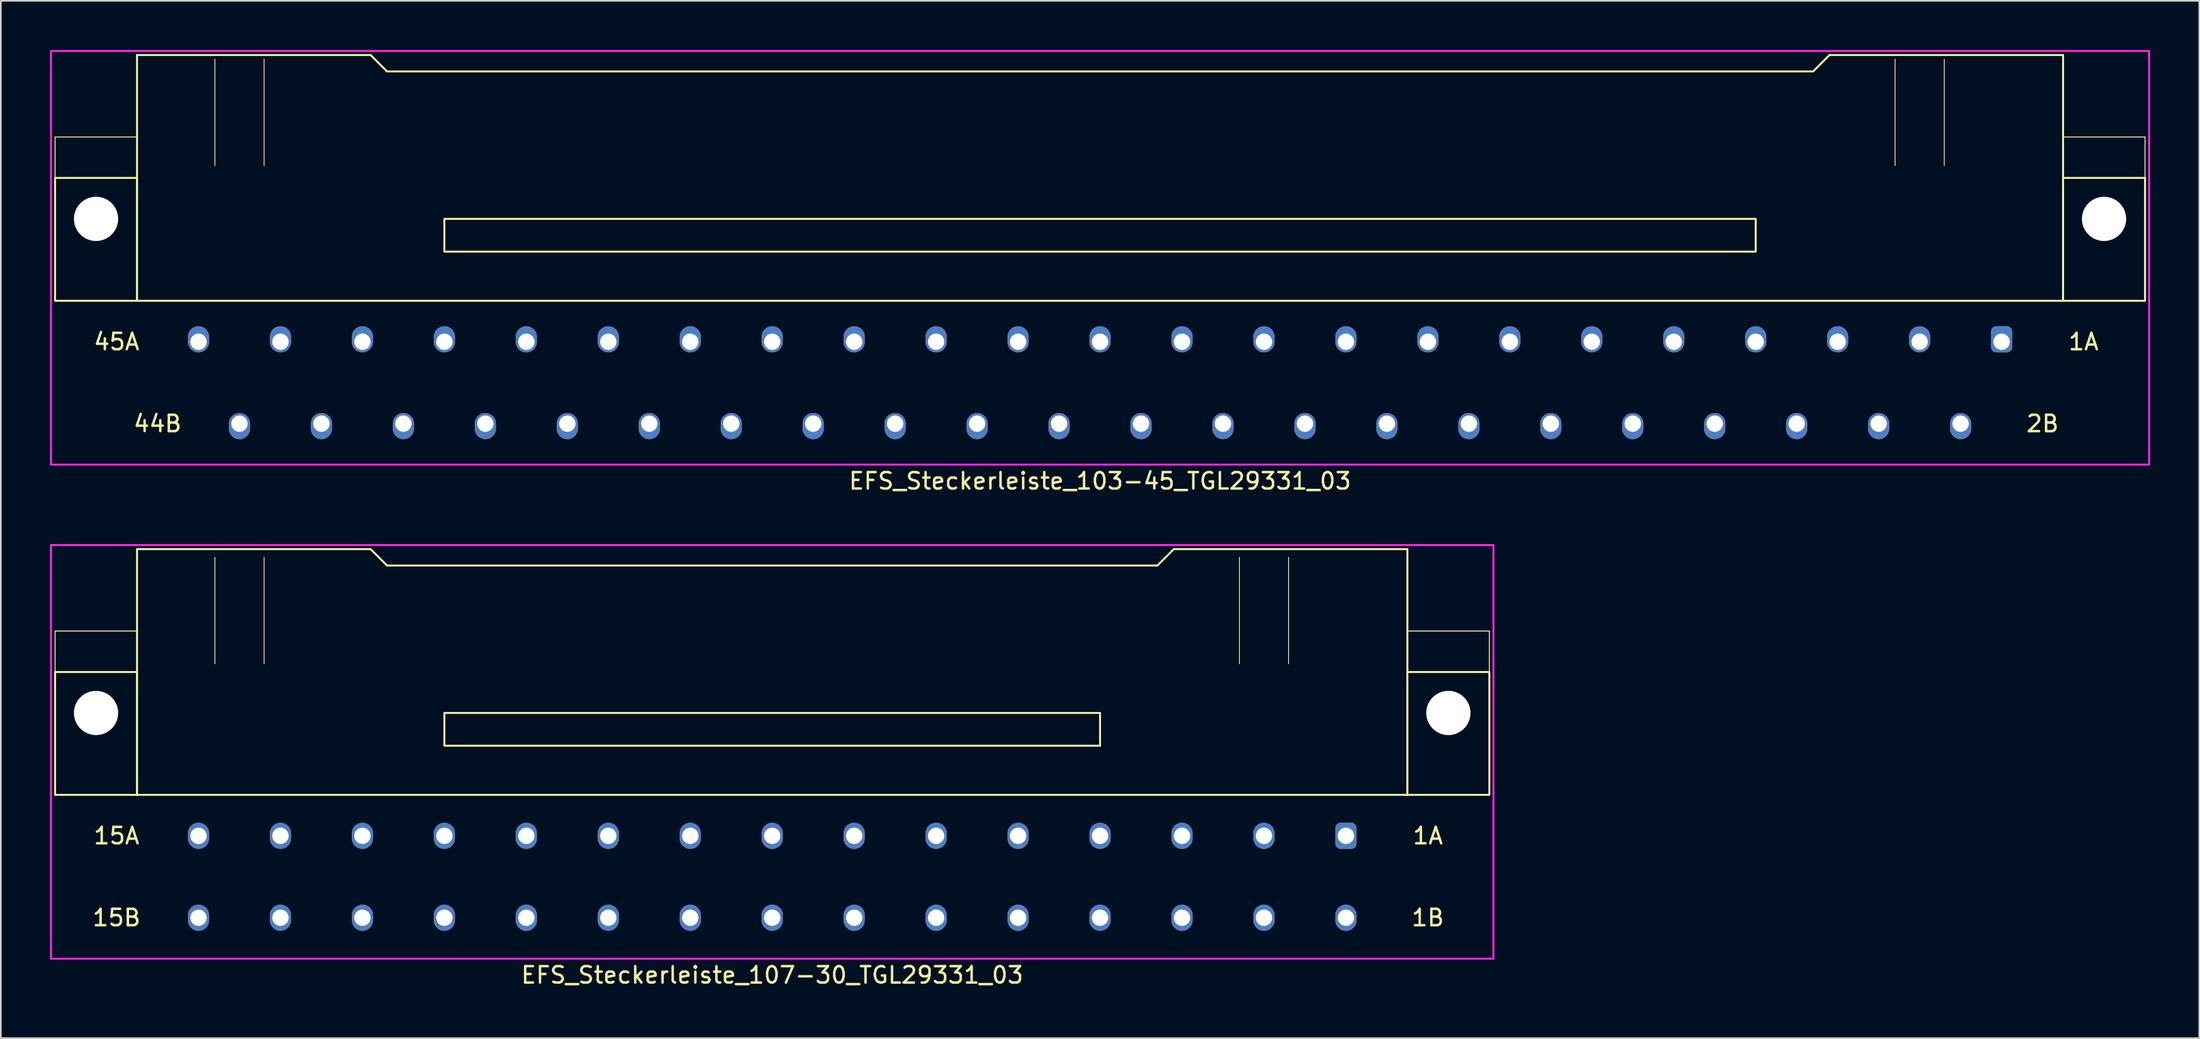
<source format=kicad_pcb>
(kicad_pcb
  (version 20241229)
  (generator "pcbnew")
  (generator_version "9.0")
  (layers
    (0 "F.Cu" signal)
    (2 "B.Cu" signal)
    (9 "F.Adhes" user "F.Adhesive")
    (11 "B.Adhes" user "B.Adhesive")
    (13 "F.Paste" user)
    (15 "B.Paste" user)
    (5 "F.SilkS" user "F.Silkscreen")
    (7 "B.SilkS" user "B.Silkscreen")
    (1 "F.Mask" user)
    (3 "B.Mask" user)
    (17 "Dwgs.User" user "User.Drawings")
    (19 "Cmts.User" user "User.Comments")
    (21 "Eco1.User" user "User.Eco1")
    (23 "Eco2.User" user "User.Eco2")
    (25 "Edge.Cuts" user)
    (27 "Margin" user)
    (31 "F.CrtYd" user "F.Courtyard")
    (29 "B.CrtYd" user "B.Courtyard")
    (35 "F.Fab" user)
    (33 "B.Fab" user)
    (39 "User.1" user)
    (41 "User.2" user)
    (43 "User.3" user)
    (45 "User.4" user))
  (footprint "EFS_Steckerleiste_103-45_TGL29331_03"
    (layer "F.Cu")
    (at 64.06 5.31)
    (property "Reference" "EFS_Steckerleiste_103-45_TGL29331_03" (at 0 21 180) (layer "F.SilkS") (effects (font (size 1 1) (thickness 0.15))))
    (attr through_hole)
    (fp_line (start -63.75 0) (end -63.75 2.5) (stroke (width 0.06) (type solid)) (layer "F.SilkS"))
    (fp_line (start -58.75 -5) (end -58.75 10) (stroke (width 0.12) (type solid)) (layer "F.SilkS"))
    (fp_line (start -58.75 -5) (end -44.5 -5) (stroke (width 0.12) (type solid)) (layer "F.SilkS"))
    (fp_line (start -58.75 0) (end -63.75 0) (stroke (width 0.06) (type solid)) (layer "F.SilkS"))
    (fp_line (start -58.75 10) (end 58.75 10) (stroke (width 0.12) (type solid)) (layer "F.SilkS"))
    (fp_line (start -54 -4.75) (end -54 1.75) (stroke (width 0.05) (type solid)) (layer "F.SilkS"))
    (fp_line (start -51 -4.75) (end -51 1.75) (stroke (width 0.05) (type solid)) (layer "F.SilkS"))
    (fp_line (start -44.5 -5) (end -43.5 -4) (stroke (width 0.12) (type solid)) (layer "F.SilkS"))
    (fp_line (start -43.5 -4) (end 43.5 -4) (stroke (width 0.12) (type solid)) (layer "F.SilkS"))
    (fp_line (start 44.5 -5) (end 43.5 -4) (stroke (width 0.12) (type solid)) (layer "F.SilkS"))
    (fp_line (start 48.5 -4.75) (end 48.5 1.75) (stroke (width 0.05) (type solid)) (layer "F.SilkS"))
    (fp_line (start 51.5 -4.75) (end 51.5 1.75) (stroke (width 0.05) (type solid)) (layer "F.SilkS"))
    (fp_line (start 58.75 -5) (end 44.5 -5) (stroke (width 0.12) (type solid)) (layer "F.SilkS"))
    (fp_line (start 58.75 10) (end 58.75 -5) (stroke (width 0.12) (type solid)) (layer "F.SilkS"))
    (fp_line (start 63.75 0) (end 58.75 0) (stroke (width 0.06) (type solid)) (layer "F.SilkS"))
    (fp_line (start 63.75 0) (end 63.75 2.5) (stroke (width 0.06) (type solid)) (layer "F.SilkS"))
    (fp_rect (start -58.75 10) (end -63.75 2.5) (stroke (width 0.12) (type solid)) (fill no) (layer "F.SilkS"))
    (fp_rect (start -40 7) (end 40 5) (stroke (width 0.12) (type solid)) (fill no) (layer "F.SilkS"))
    (fp_rect (start 63.75 10) (end 58.75 2.5) (stroke (width 0.12) (type solid)) (fill no) (layer "F.SilkS"))
    (fp_rect (start -64 -5.25) (end 64 20) (stroke (width 0.12) (type solid)) (fill no) (layer "F.CrtYd"))
    (fp_text user "1A" (at 60 12.5 0) (layer "F.SilkS") (effects (font (size 1 1) (thickness 0.15))))
    (fp_text user "44B" (at -57.5 17.5 0) (layer "F.SilkS") (effects (font (size 1 1) (thickness 0.15))))
    (fp_text user "2B" (at 57.5 17.5 0) (layer "F.SilkS") (effects (font (size 1 1) (thickness 0.15))))
    (fp_text user "45A" (at -60 12.5 0) (layer "F.SilkS") (effects (font (size 1 1) (thickness 0.15))))
    (pad "" np_thru_hole circle (at -61.25 5) (size 2.7 2.7) (drill 2.7) (layers "*.Cu" "*.Mask"))
    (pad "" np_thru_hole circle (at 61.25 5) (size 2.7 2.7) (drill 2.7) (layers "*.Cu" "*.Mask"))
    (pad "1a" thru_hole roundrect (at 55 12.5) (size 1.3 1.6) (drill 1 (offset 0 -0.15)) (layers "*.Cu" "*.Mask") (roundrect_rratio 0.25))
    (pad "2b" thru_hole oval (at 52.5 17.5) (size 1.3 1.6) (drill 1 (offset 0 0.15)) (layers "*.Cu" "*.Mask"))
    (pad "3a" thru_hole oval (at 50 12.5) (size 1.3 1.6) (drill 1 (offset 0 -0.15)) (layers "*.Cu" "*.Mask"))
    (pad "4b" thru_hole oval (at 47.5 17.5) (size 1.3 1.6) (drill 1 (offset 0 0.15)) (layers "*.Cu" "*.Mask"))
    (pad "5a" thru_hole oval (at 45 12.5) (size 1.3 1.6) (drill 1 (offset 0 -0.15)) (layers "*.Cu" "*.Mask"))
    (pad "6b" thru_hole oval (at 42.5 17.5) (size 1.3 1.6) (drill 1 (offset 0 0.15)) (layers "*.Cu" "*.Mask"))
    (pad "7a" thru_hole oval (at 40 12.5) (size 1.3 1.6) (drill 1 (offset 0 -0.15)) (layers "*.Cu" "*.Mask"))
    (pad "8b" thru_hole oval (at 37.5 17.5) (size 1.3 1.6) (drill 1 (offset 0 0.15)) (layers "*.Cu" "*.Mask"))
    (pad "9a" thru_hole oval (at 35 12.5) (size 1.3 1.6) (drill 1 (offset 0 -0.15)) (layers "*.Cu" "*.Mask"))
    (pad "10b" thru_hole oval (at 32.5 17.5) (size 1.3 1.6) (drill 1 (offset 0 0.15)) (layers "*.Cu" "*.Mask"))
    (pad "11a" thru_hole oval (at 30 12.5) (size 1.3 1.6) (drill 1 (offset 0 -0.15)) (layers "*.Cu" "*.Mask"))
    (pad "12b" thru_hole oval (at 27.5 17.5) (size 1.3 1.6) (drill 1 (offset 0 0.15)) (layers "*.Cu" "*.Mask"))
    (pad "13a" thru_hole oval (at 25 12.5) (size 1.3 1.6) (drill 1 (offset 0 -0.15)) (layers "*.Cu" "*.Mask"))
    (pad "14b" thru_hole oval (at 22.5 17.5) (size 1.3 1.6) (drill 1 (offset 0 0.15)) (layers "*.Cu" "*.Mask"))
    (pad "15a" thru_hole oval (at 20 12.5) (size 1.3 1.6) (drill 1 (offset 0 -0.15)) (layers "*.Cu" "*.Mask"))
    (pad "16b" thru_hole oval (at 17.5 17.5) (size 1.3 1.6) (drill 1 (offset 0 0.15)) (layers "*.Cu" "*.Mask"))
    (pad "17a" thru_hole oval (at 15 12.5) (size 1.3 1.6) (drill 1 (offset 0 -0.15)) (layers "*.Cu" "*.Mask"))
    (pad "18b" thru_hole oval (at 12.5 17.5) (size 1.3 1.6) (drill 1 (offset 0 0.15)) (layers "*.Cu" "*.Mask"))
    (pad "19a" thru_hole oval (at 10 12.5) (size 1.3 1.6) (drill 1 (offset 0 -0.15)) (layers "*.Cu" "*.Mask"))
    (pad "20b" thru_hole oval (at 7.5 17.5) (size 1.3 1.6) (drill 1 (offset 0 0.15)) (layers "*.Cu" "*.Mask"))
    (pad "21a" thru_hole oval (at 5 12.5) (size 1.3 1.6) (drill 1 (offset 0 -0.15)) (layers "*.Cu" "*.Mask"))
    (pad "22b" thru_hole oval (at 2.5 17.5) (size 1.3 1.6) (drill 1 (offset 0 0.15)) (layers "*.Cu" "*.Mask"))
    (pad "23a" thru_hole oval (at 0 12.5) (size 1.3 1.6) (drill 1 (offset 0 -0.15)) (layers "*.Cu" "*.Mask"))
    (pad "24b" thru_hole oval (at -2.5 17.5) (size 1.3 1.6) (drill 1 (offset 0 0.15)) (layers "*.Cu" "*.Mask"))
    (pad "25a" thru_hole oval (at -5 12.5) (size 1.3 1.6) (drill 1 (offset 0 -0.15)) (layers "*.Cu" "*.Mask"))
    (pad "26b" thru_hole oval (at -7.5 17.5) (size 1.3 1.6) (drill 1 (offset 0 0.15)) (layers "*.Cu" "*.Mask"))
    (pad "27a" thru_hole oval (at -10 12.5) (size 1.3 1.6) (drill 1 (offset 0 -0.15)) (layers "*.Cu" "*.Mask"))
    (pad "28b" thru_hole oval (at -12.5 17.5) (size 1.3 1.6) (drill 1 (offset 0 0.15)) (layers "*.Cu" "*.Mask"))
    (pad "29a" thru_hole oval (at -15 12.5) (size 1.3 1.6) (drill 1 (offset 0 -0.15)) (layers "*.Cu" "*.Mask"))
    (pad "30b" thru_hole oval (at -17.5 17.5) (size 1.3 1.6) (drill 1 (offset 0 0.15)) (layers "*.Cu" "*.Mask"))
    (pad "31a" thru_hole oval (at -20 12.5) (size 1.3 1.6) (drill 1 (offset 0 -0.15)) (layers "*.Cu" "*.Mask"))
    (pad "32b" thru_hole oval (at -22.5 17.5) (size 1.3 1.6) (drill 1 (offset 0 0.15)) (layers "*.Cu" "*.Mask"))
    (pad "33a" thru_hole oval (at -25 12.5) (size 1.3 1.6) (drill 1 (offset 0 -0.15)) (layers "*.Cu" "*.Mask"))
    (pad "34b" thru_hole oval (at -27.5 17.5) (size 1.3 1.6) (drill 1 (offset 0 0.15)) (layers "*.Cu" "*.Mask"))
    (pad "35a" thru_hole oval (at -30 12.5) (size 1.3 1.6) (drill 1 (offset 0 -0.15)) (layers "*.Cu" "*.Mask"))
    (pad "36b" thru_hole oval (at -32.5 17.5) (size 1.3 1.6) (drill 1 (offset 0 0.15)) (layers "*.Cu" "*.Mask"))
    (pad "37a" thru_hole oval (at -35 12.5) (size 1.3 1.6) (drill 1 (offset 0 -0.15)) (layers "*.Cu" "*.Mask"))
    (pad "38b" thru_hole oval (at -37.5 17.5) (size 1.3 1.6) (drill 1 (offset 0 0.15)) (layers "*.Cu" "*.Mask"))
    (pad "39a" thru_hole oval (at -40 12.5) (size 1.3 1.6) (drill 1 (offset 0 -0.15)) (layers "*.Cu" "*.Mask"))
    (pad "40b" thru_hole oval (at -42.5 17.5) (size 1.3 1.6) (drill 1 (offset 0 0.15)) (layers "*.Cu" "*.Mask"))
    (pad "41a" thru_hole oval (at -45 12.5) (size 1.3 1.6) (drill 1 (offset 0 -0.15)) (layers "*.Cu" "*.Mask"))
    (pad "42b" thru_hole oval (at -47.5 17.5) (size 1.3 1.6) (drill 1 (offset 0 0.15)) (layers "*.Cu" "*.Mask"))
    (pad "43a" thru_hole oval (at -50 12.5) (size 1.3 1.6) (drill 1 (offset 0 -0.15)) (layers "*.Cu" "*.Mask"))
    (pad "44b" thru_hole oval (at -52.5 17.5) (size 1.3 1.6) (drill 1 (offset 0 0.15)) (layers "*.Cu" "*.Mask"))
    (pad "45a" thru_hole oval (at -55 12.5) (size 1.3 1.6) (drill 1 (offset 0 -0.15)) (layers "*.Cu" "*.Mask")))
  (footprint "EFS_Steckerleiste_107-30_TGL29331_03"
    (layer "F.Cu")
    (at 44.06 35.468)
    (property "Reference" "EFS_Steckerleiste_107-30_TGL29331_03" (at 0 21 180) (layer "F.SilkS") (effects (font (size 1 1) (thickness 0.15))))
    (attr through_hole)
    (fp_line (start -43.75 0) (end -43.75 2.5) (stroke (width 0.06) (type solid)) (layer "F.SilkS"))
    (fp_line (start -38.75 -5) (end -38.75 10) (stroke (width 0.12) (type solid)) (layer "F.SilkS"))
    (fp_line (start -38.75 -5) (end -24.5 -5) (stroke (width 0.12) (type solid)) (layer "F.SilkS"))
    (fp_line (start -38.75 0) (end -43.75 0) (stroke (width 0.06) (type solid)) (layer "F.SilkS"))
    (fp_line (start -38.75 10) (end 38.75 10) (stroke (width 0.12) (type solid)) (layer "F.SilkS"))
    (fp_line (start -34 -4.5) (end -34 2) (stroke (width 0.05) (type solid)) (layer "F.SilkS"))
    (fp_line (start -31 -4.5) (end -31 2) (stroke (width 0.05) (type solid)) (layer "F.SilkS"))
    (fp_line (start -24.5 -5) (end -23.5 -4) (stroke (width 0.12) (type solid)) (layer "F.SilkS"))
    (fp_line (start -23.5 -4) (end 23.5 -4) (stroke (width 0.12) (type solid)) (layer "F.SilkS"))
    (fp_line (start 24.5 -5) (end 23.5 -4) (stroke (width 0.12) (type solid)) (layer "F.SilkS"))
    (fp_line (start 28.5 -4.5) (end 28.5 2) (stroke (width 0.05) (type solid)) (layer "F.SilkS"))
    (fp_line (start 31.5 -4.5) (end 31.5 2) (stroke (width 0.05) (type solid)) (layer "F.SilkS"))
    (fp_line (start 38.75 -5) (end 24.5 -5) (stroke (width 0.12) (type solid)) (layer "F.SilkS"))
    (fp_line (start 38.75 10) (end 38.75 -5) (stroke (width 0.12) (type solid)) (layer "F.SilkS"))
    (fp_line (start 43.75 0) (end 38.75 0) (stroke (width 0.06) (type solid)) (layer "F.SilkS"))
    (fp_line (start 43.75 0) (end 43.75 2.5) (stroke (width 0.06) (type solid)) (layer "F.SilkS"))
    (fp_rect (start -38.75 10) (end -43.75 2.5) (stroke (width 0.12) (type solid)) (fill no) (layer "F.SilkS"))
    (fp_rect (start -20 7) (end 20 5) (stroke (width 0.12) (type solid)) (fill no) (layer "F.SilkS"))
    (fp_rect (start 43.75 10) (end 38.75 2.5) (stroke (width 0.12) (type solid)) (fill no) (layer "F.SilkS"))
    (fp_rect (start -44 -5.25) (end 44 20) (stroke (width 0.12) (type solid)) (fill no) (layer "F.CrtYd"))
    (fp_text user "15A" (at -40 12.5 0) (layer "F.SilkS") (effects (font (size 1 1) (thickness 0.15))))
    (fp_text user "15B" (at -40 17.5 0) (layer "F.SilkS") (effects (font (size 1 1) (thickness 0.15))))
    (fp_text user "1A" (at 40 12.5 0) (layer "F.SilkS") (effects (font (size 1 1) (thickness 0.15))))
    (fp_text user "1B" (at 40 17.5 0) (layer "F.SilkS") (effects (font (size 1 1) (thickness 0.15))))
    (pad "" np_thru_hole circle (at -41.25 5) (size 2.7 2.7) (drill 2.7) (layers "*.Cu" "*.Mask"))
    (pad "" np_thru_hole circle (at 41.25 5) (size 2.7 2.7) (drill 2.7) (layers "*.Cu" "*.Mask"))
    (pad "1a" thru_hole roundrect (at 35 12.5) (size 1.3 1.6) (drill 1) (layers "*.Cu" "*.Mask") (roundrect_rratio 0.25))
    (pad "1b" thru_hole oval (at 35 17.5) (size 1.3 1.6) (drill 1) (layers "*.Cu" "*.Mask"))
    (pad "2a" thru_hole oval (at 30 12.5) (size 1.3 1.6) (drill 1) (layers "*.Cu" "*.Mask"))
    (pad "2b" thru_hole oval (at 30 17.5) (size 1.3 1.6) (drill 1) (layers "*.Cu" "*.Mask"))
    (pad "3a" thru_hole oval (at 25 12.5) (size 1.3 1.6) (drill 1) (layers "*.Cu" "*.Mask"))
    (pad "3b" thru_hole oval (at 25 17.5) (size 1.3 1.6) (drill 1) (layers "*.Cu" "*.Mask"))
    (pad "4a" thru_hole oval (at 20 12.5) (size 1.3 1.6) (drill 1) (layers "*.Cu" "*.Mask"))
    (pad "4b" thru_hole oval (at 20 17.5) (size 1.3 1.6) (drill 1) (layers "*.Cu" "*.Mask"))
    (pad "5a" thru_hole oval (at 15 12.5) (size 1.3 1.6) (drill 1) (layers "*.Cu" "*.Mask"))
    (pad "5b" thru_hole oval (at 15 17.5) (size 1.3 1.6) (drill 1) (layers "*.Cu" "*.Mask"))
    (pad "6a" thru_hole oval (at 10 12.5) (size 1.3 1.6) (drill 1) (layers "*.Cu" "*.Mask"))
    (pad "6b" thru_hole oval (at 10 17.5) (size 1.3 1.6) (drill 1) (layers "*.Cu" "*.Mask"))
    (pad "7a" thru_hole oval (at 5 12.5) (size 1.3 1.6) (drill 1) (layers "*.Cu" "*.Mask"))
    (pad "7b" thru_hole oval (at 5 17.5) (size 1.3 1.6) (drill 1) (layers "*.Cu" "*.Mask"))
    (pad "8a" thru_hole oval (at 0 12.5) (size 1.3 1.6) (drill 1) (layers "*.Cu" "*.Mask"))
    (pad "8b" thru_hole oval (at 0 17.5) (size 1.3 1.6) (drill 1) (layers "*.Cu" "*.Mask"))
    (pad "9a" thru_hole oval (at -5 12.5) (size 1.3 1.6) (drill 1) (layers "*.Cu" "*.Mask"))
    (pad "9b" thru_hole oval (at -5 17.5) (size 1.3 1.6) (drill 1) (layers "*.Cu" "*.Mask"))
    (pad "10a" thru_hole oval (at -10 12.5) (size 1.3 1.6) (drill 1) (layers "*.Cu" "*.Mask"))
    (pad "10b" thru_hole oval (at -10 17.5) (size 1.3 1.6) (drill 1) (layers "*.Cu" "*.Mask"))
    (pad "11a" thru_hole oval (at -15 12.5) (size 1.3 1.6) (drill 1) (layers "*.Cu" "*.Mask"))
    (pad "11b" thru_hole oval (at -15 17.5) (size 1.3 1.6) (drill 1) (layers "*.Cu" "*.Mask"))
    (pad "12a" thru_hole oval (at -20 12.5) (size 1.3 1.6) (drill 1) (layers "*.Cu" "*.Mask"))
    (pad "12b" thru_hole oval (at -20 17.5) (size 1.3 1.6) (drill 1) (layers "*.Cu" "*.Mask"))
    (pad "13a" thru_hole oval (at -25 12.5) (size 1.3 1.6) (drill 1) (layers "*.Cu" "*.Mask"))
    (pad "13b" thru_hole oval (at -25 17.5) (size 1.3 1.6) (drill 1) (layers "*.Cu" "*.Mask"))
    (pad "14a" thru_hole oval (at -30 12.5) (size 1.3 1.6) (drill 1) (layers "*.Cu" "*.Mask"))
    (pad "14b" thru_hole oval (at -30 17.5) (size 1.3 1.6) (drill 1) (layers "*.Cu" "*.Mask"))
    (pad "15a" thru_hole oval (at -35 12.5) (size 1.3 1.6) (drill 1) (layers "*.Cu" "*.Mask"))
    (pad "15b" thru_hole oval (at -35 17.5) (size 1.3 1.6) (drill 1) (layers "*.Cu" "*.Mask")))
  (gr_rect
    (start -3 -3)
    (end 131.12 60.316)
    (stroke (width 0.1) (type default))
    (fill no)
    (layer "Edge.Cuts")))
</source>
